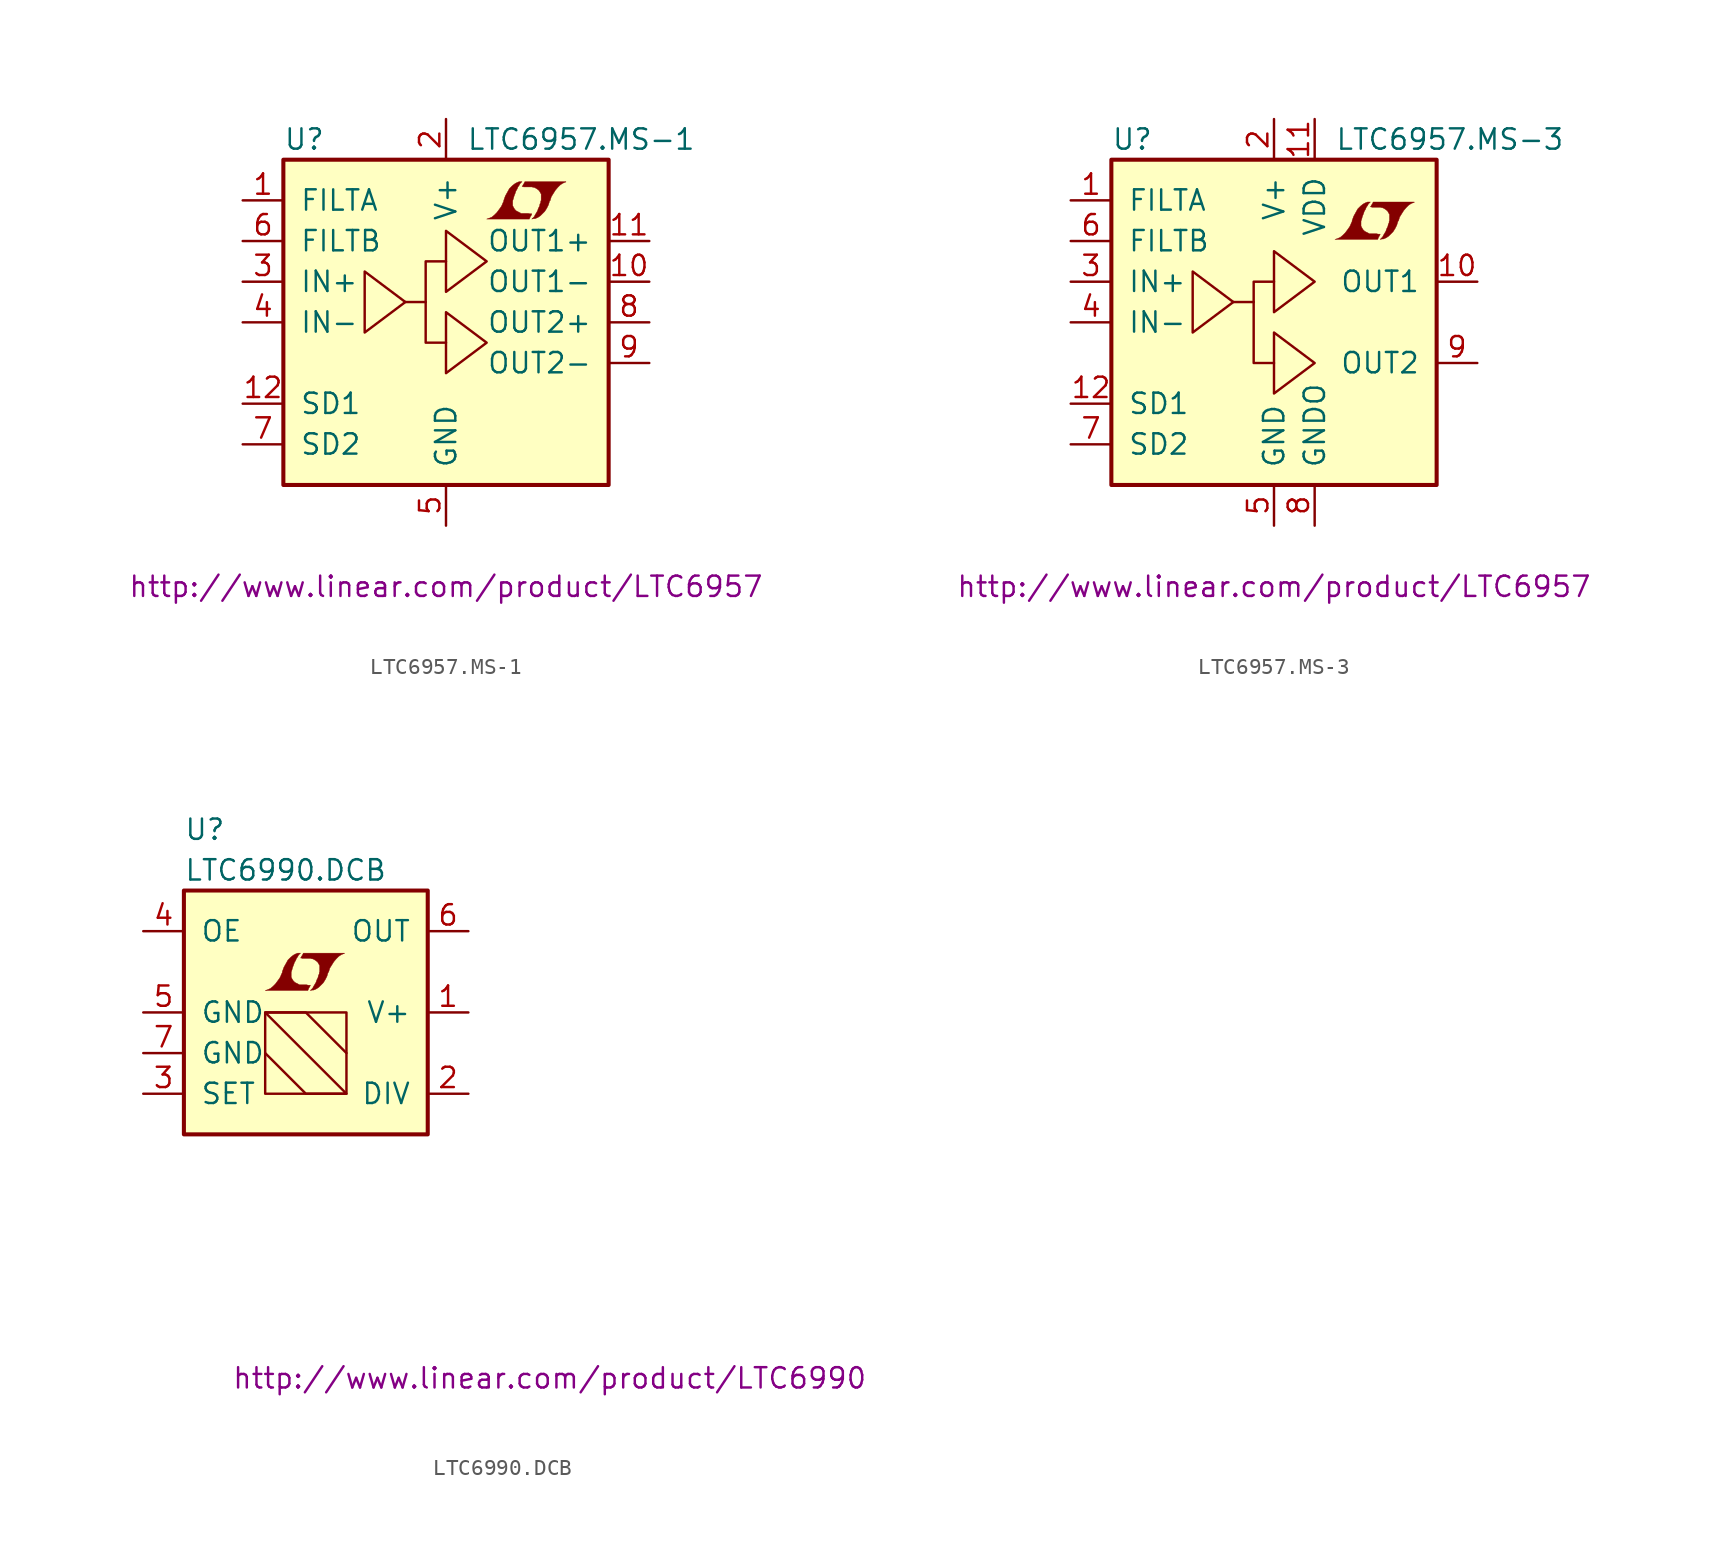
<source format=kicad_sym>
(kicad_symbol_lib
  (version 20201005)
  (generator kicad_symbol_editor)
  (symbol "LTC6957.MS-1"
    (pin_names
      (offset 1.016))
    (property "Reference" "U"
      (at -10.16 11.43 0)
      (effects (font (size 1.27 1.27)) (justify left)))
    (property "Value" "LTC6957.MS-1"
      (at 1.27 11.43 0)
      (effects (font (size 1.27 1.27)) (justify left)))
    (property "Datasheet" "http://www.linear.com/product/LTC6957"
      (at 0 -16.51 0)
      (effects (font (size 1.27 1.27))))
    (symbol "LTC6957.MS-1_0_0"
      (polyline (pts (xy 5.283 6.629) (xy 5.309 6.655) (xy 5.359 6.756) (xy 5.359 6.782) (xy 5.232 6.782) (xy 5.131 6.807) (xy 4.674 6.807) (xy 4.648 6.833) (xy 4.394 6.96) (xy 4.293 7.061) (xy 4.216 7.188) (xy 4.166 7.29) (xy 4.166 7.595) (xy 4.216 7.747) (xy 4.242 7.849) (xy 4.267 7.925) (xy 4.318 8.052) (xy 4.369 8.204) (xy 4.445 8.331) (xy 4.496 8.458) (xy 4.572 8.56) (xy 4.623 8.661) (xy 4.75 8.788) (xy 4.572 8.788) (xy 4.445 8.738) (xy 4.343 8.687) (xy 4.267 8.636) (xy 4.14 8.534) (xy 3.962 8.357) (xy 3.708 7.899) (xy 3.607 7.62) (xy 3.607 7.569) (xy 3.556 7.468) (xy 3.505 7.341) (xy 3.454 7.239) (xy 3.327 7.061) (xy 3.175 6.858) (xy 3.023 6.706) (xy 2.87 6.579) (xy 2.692 6.502) (xy 2.54 6.452) (xy 5.207 6.452) (xy 5.283 6.629)) (stroke (width 0.025)) (fill (type outline)))
      (polyline (pts (xy 5.486 6.477) (xy 5.563 6.477) (xy 5.74 6.553) (xy 5.893 6.655) (xy 6.172 6.934) (xy 6.299 7.137) (xy 6.401 7.341) (xy 6.477 7.595) (xy 6.502 7.595) (xy 6.579 7.849) (xy 6.833 8.255) (xy 6.985 8.433) (xy 7.137 8.585) (xy 7.29 8.687) (xy 7.468 8.763) (xy 7.493 8.763) (xy 7.493 8.788) (xy 4.928 8.788) (xy 4.851 8.636) (xy 4.826 8.611) (xy 4.775 8.509) (xy 4.75 8.484) (xy 4.801 8.484) (xy 4.851 8.458) (xy 5.385 8.458) (xy 5.436 8.433) (xy 5.486 8.433) (xy 5.563 8.407) (xy 5.69 8.331) (xy 5.817 8.23) (xy 5.893 8.103) (xy 5.918 8.052) (xy 5.944 8.026) (xy 5.944 7.62) (xy 5.918 7.569) (xy 5.918 7.493) (xy 5.867 7.391) (xy 5.842 7.264) (xy 5.766 7.112) (xy 5.715 6.96) (xy 5.563 6.706) (xy 5.512 6.604) (xy 5.359 6.452) (xy 5.486 6.477)) (stroke (width 0.025)) (fill (type outline))))
    (symbol "LTC6957.MS-1_0_1"
      (rectangle (start -10.16 10.16) (end 10.16 -10.16) (stroke (width 0.254)) (fill (type background)))
      (polyline (pts (xy -2.54 1.27) (xy -1.27 1.27)) (stroke (width 0)) (fill (type none)))
      (polyline (pts (xy -5.08 3.175) (xy -5.08 -0.635) (xy -2.54 1.27) (xy -5.08 3.175)) (stroke (width 0)) (fill (type none)))
      (polyline (pts (xy 0 0.635) (xy 0 -3.175) (xy 2.54 -1.27) (xy 0 0.635)) (stroke (width 0)) (fill (type none)))
      (polyline (pts (xy 0 3.81) (xy -1.27 3.81) (xy -1.27 -1.27) (xy 0 -1.27)) (stroke (width 0)) (fill (type none)))
      (polyline (pts (xy 0 5.715) (xy 0 1.905) (xy 2.54 3.81) (xy 0 5.715)) (stroke (width 0)) (fill (type none))))
    (symbol "LTC6957.MS-1_1_1"
      (pin input line (at -12.7 7.62 0) (length 2.54) (name "FILTA" (effects (font (size 1.27 1.27)))) (number "1" (effects (font (size 1.27 1.27)))))
      (pin power_in line (at 0 12.7 270) (length 2.54) (name "V+" (effects (font (size 1.27 1.27)))) (number "2" (effects (font (size 1.27 1.27)))))
      (pin input line (at -12.7 2.54 0) (length 2.54) (name "IN+" (effects (font (size 1.27 1.27)))) (number "3" (effects (font (size 1.27 1.27)))))
      (pin input line (at -12.7 0 0) (length 2.54) (name "IN-" (effects (font (size 1.27 1.27)))) (number "4" (effects (font (size 1.27 1.27)))))
      (pin power_in line (at 0 -12.7 90) (length 2.54) (name "GND" (effects (font (size 1.27 1.27)))) (number "5" (effects (font (size 1.27 1.27)))))
      (pin input line (at -12.7 5.08 0) (length 2.54) (name "FILTB" (effects (font (size 1.27 1.27)))) (number "6" (effects (font (size 1.27 1.27)))))
      (pin input line (at -12.7 -7.62 0) (length 2.54) (name "SD2" (effects (font (size 1.27 1.27)))) (number "7" (effects (font (size 1.27 1.27)))))
      (pin output line (at 12.7 0 180) (length 2.54) (name "OUT2+" (effects (font (size 1.27 1.27)))) (number "8" (effects (font (size 1.27 1.27)))))
      (pin output line (at 12.7 -2.54 180) (length 2.54) (name "OUT2-" (effects (font (size 1.27 1.27)))) (number "9" (effects (font (size 1.27 1.27)))))
      (pin output line (at 12.7 2.54 180) (length 2.54) (name "OUT1-" (effects (font (size 1.27 1.27)))) (number "10" (effects (font (size 1.27 1.27)))))
      (pin output line (at 12.7 5.08 180) (length 2.54) (name "OUT1+" (effects (font (size 1.27 1.27)))) (number "11" (effects (font (size 1.27 1.27)))))
      (pin input line (at -12.7 -5.08 0) (length 2.54) (name "SD1" (effects (font (size 1.27 1.27)))) (number "12" (effects (font (size 1.27 1.27)))))))
  (symbol "LTC6957.MS-3"
    (pin_names
      (offset 1.016))
    (property "Reference" "U"
      (at -10.16 11.43 0)
      (effects (font (size 1.27 1.27)) (justify left)))
    (property "Value" "LTC6957.MS-3"
      (at 3.81 11.43 0)
      (effects (font (size 1.27 1.27)) (justify left)))
    (property "Datasheet" "http://www.linear.com/product/LTC6957"
      (at 0 -16.51 0)
      (effects (font (size 1.27 1.27))))
    (symbol "LTC6957.MS-3_0_0"
      (polyline (pts (xy 6.553 5.359) (xy 6.579 5.385) (xy 6.629 5.486) (xy 6.629 5.512) (xy 6.502 5.512) (xy 6.401 5.537) (xy 5.944 5.537) (xy 5.918 5.563) (xy 5.664 5.69) (xy 5.563 5.791) (xy 5.486 5.918) (xy 5.436 6.02) (xy 5.436 6.325) (xy 5.486 6.477) (xy 5.512 6.579) (xy 5.537 6.655) (xy 5.588 6.782) (xy 5.639 6.934) (xy 5.715 7.061) (xy 5.766 7.188) (xy 5.842 7.29) (xy 5.893 7.391) (xy 6.02 7.518) (xy 5.842 7.518) (xy 5.715 7.468) (xy 5.613 7.417) (xy 5.537 7.366) (xy 5.41 7.264) (xy 5.232 7.087) (xy 4.978 6.629) (xy 4.877 6.35) (xy 4.877 6.299) (xy 4.826 6.198) (xy 4.775 6.071) (xy 4.724 5.969) (xy 4.597 5.791) (xy 4.445 5.588) (xy 4.293 5.436) (xy 4.14 5.309) (xy 3.962 5.232) (xy 3.81 5.182) (xy 6.477 5.182) (xy 6.553 5.359)) (stroke (width 0.025)) (fill (type outline)))
      (polyline (pts (xy 6.756 5.207) (xy 6.833 5.207) (xy 7.01 5.283) (xy 7.163 5.385) (xy 7.442 5.664) (xy 7.569 5.867) (xy 7.671 6.071) (xy 7.747 6.325) (xy 7.772 6.325) (xy 7.849 6.579) (xy 8.103 6.985) (xy 8.255 7.163) (xy 8.407 7.315) (xy 8.56 7.417) (xy 8.738 7.493) (xy 8.763 7.493) (xy 8.763 7.518) (xy 6.198 7.518) (xy 6.121 7.366) (xy 6.096 7.341) (xy 6.045 7.239) (xy 6.02 7.214) (xy 6.071 7.214) (xy 6.121 7.188) (xy 6.655 7.188) (xy 6.706 7.163) (xy 6.756 7.163) (xy 6.833 7.137) (xy 6.96 7.061) (xy 7.087 6.96) (xy 7.163 6.833) (xy 7.188 6.782) (xy 7.214 6.756) (xy 7.214 6.35) (xy 7.188 6.299) (xy 7.188 6.223) (xy 7.137 6.121) (xy 7.112 5.994) (xy 7.036 5.842) (xy 6.985 5.69) (xy 6.833 5.436) (xy 6.782 5.334) (xy 6.629 5.182) (xy 6.756 5.207)) (stroke (width 0.025)) (fill (type outline))))
    (symbol "LTC6957.MS-3_0_1"
      (rectangle (start -10.16 10.16) (end 10.16 -10.16) (stroke (width 0.254)) (fill (type background)))
      (polyline (pts (xy -2.54 1.27) (xy -1.27 1.27)) (stroke (width 0)) (fill (type none)))
      (polyline (pts (xy -5.08 3.175) (xy -5.08 -0.635) (xy -2.54 1.27) (xy -5.08 3.175)) (stroke (width 0)) (fill (type none)))
      (polyline (pts (xy 0 -0.635) (xy 0 -4.445) (xy 2.54 -2.54) (xy 0 -0.635)) (stroke (width 0)) (fill (type none)))
      (polyline (pts (xy 0 2.54) (xy -1.27 2.54) (xy -1.27 -2.54) (xy 0 -2.54)) (stroke (width 0)) (fill (type none)))
      (polyline (pts (xy 0 4.445) (xy 0 0.635) (xy 2.54 2.54) (xy 0 4.445)) (stroke (width 0)) (fill (type none))))
    (symbol "LTC6957.MS-3_1_1"
      (pin input line (at -12.7 7.62 0) (length 2.54) (name "FILTA" (effects (font (size 1.27 1.27)))) (number "1" (effects (font (size 1.27 1.27)))))
      (pin power_in line (at 0 12.7 270) (length 2.54) (name "V+" (effects (font (size 1.27 1.27)))) (number "2" (effects (font (size 1.27 1.27)))))
      (pin input line (at -12.7 2.54 0) (length 2.54) (name "IN+" (effects (font (size 1.27 1.27)))) (number "3" (effects (font (size 1.27 1.27)))))
      (pin input line (at -12.7 0 0) (length 2.54) (name "IN-" (effects (font (size 1.27 1.27)))) (number "4" (effects (font (size 1.27 1.27)))))
      (pin power_in line (at 0 -12.7 90) (length 2.54) (name "GND" (effects (font (size 1.27 1.27)))) (number "5" (effects (font (size 1.27 1.27)))))
      (pin input line (at -12.7 5.08 0) (length 2.54) (name "FILTB" (effects (font (size 1.27 1.27)))) (number "6" (effects (font (size 1.27 1.27)))))
      (pin input line (at -12.7 -7.62 0) (length 2.54) (name "SD2" (effects (font (size 1.27 1.27)))) (number "7" (effects (font (size 1.27 1.27)))))
      (pin power_in line (at 2.54 -12.7 90) (length 2.54) (name "GNDO" (effects (font (size 1.27 1.27)))) (number "8" (effects (font (size 1.27 1.27)))))
      (pin output line (at 12.7 -2.54 180) (length 2.54) (name "OUT2" (effects (font (size 1.27 1.27)))) (number "9" (effects (font (size 1.27 1.27)))))
      (pin output line (at 12.7 2.54 180) (length 2.54) (name "OUT1" (effects (font (size 1.27 1.27)))) (number "10" (effects (font (size 1.27 1.27)))))
      (pin power_in line (at 2.54 12.7 270) (length 2.54) (name "VDD" (effects (font (size 1.27 1.27)))) (number "11" (effects (font (size 1.27 1.27)))))
      (pin input line (at -12.7 -5.08 0) (length 2.54) (name "SD1" (effects (font (size 1.27 1.27)))) (number "12" (effects (font (size 1.27 1.27)))))))
  (symbol "LTC6990.DCB"
    (pin_names
      (offset 1.016))
    (property "Reference" "U"
      (at -7.62 11.43 0)
      (effects (font (size 1.27 1.27)) (justify left)))
    (property "Value" "LTC6990.DCB"
      (at -7.62 8.89 0)
      (effects (font (size 1.27 1.27)) (justify left)))
    (property "Datasheet" "http://www.linear.com/product/LTC6990"
      (at 15.24 -22.86 0)
      (effects (font (size 1.27 1.27))))
    (symbol "LTC6990.DCB_0_0"
      (polyline (pts (xy 0.203 1.549) (xy 0.229 1.575) (xy 0.279 1.676) (xy 0.279 1.702) (xy 0.152 1.702) (xy 0.051 1.727) (xy -0.406 1.727) (xy -0.432 1.753) (xy -0.686 1.88) (xy -0.787 1.981) (xy -0.864 2.108) (xy -0.914 2.21) (xy -0.914 2.515) (xy -0.864 2.667) (xy -0.838 2.769) (xy -0.813 2.845) (xy -0.762 2.972) (xy -0.711 3.124) (xy -0.635 3.251) (xy -0.584 3.378) (xy -0.508 3.48) (xy -0.457 3.581) (xy -0.33 3.708) (xy -0.508 3.708) (xy -0.635 3.658) (xy -0.737 3.607) (xy -0.813 3.556) (xy -0.94 3.454) (xy -1.118 3.277) (xy -1.372 2.819) (xy -1.473 2.54) (xy -1.473 2.489) (xy -1.524 2.388) (xy -1.575 2.261) (xy -1.626 2.159) (xy -1.753 1.981) (xy -1.905 1.778) (xy -2.057 1.626) (xy -2.21 1.499) (xy -2.388 1.422) (xy -2.54 1.372) (xy 0.127 1.372) (xy 0.203 1.549)) (stroke (width 0.025)) (fill (type outline)))
      (polyline (pts (xy 0.406 1.397) (xy 0.483 1.397) (xy 0.66 1.473) (xy 0.813 1.575) (xy 1.092 1.854) (xy 1.219 2.057) (xy 1.321 2.261) (xy 1.397 2.515) (xy 1.422 2.515) (xy 1.499 2.769) (xy 1.753 3.175) (xy 1.905 3.353) (xy 2.057 3.505) (xy 2.21 3.607) (xy 2.388 3.683) (xy 2.413 3.683) (xy 2.413 3.708) (xy -0.152 3.708) (xy -0.229 3.556) (xy -0.254 3.531) (xy -0.305 3.429) (xy -0.33 3.404) (xy -0.279 3.404) (xy -0.229 3.378) (xy 0.305 3.378) (xy 0.356 3.353) (xy 0.406 3.353) (xy 0.483 3.327) (xy 0.61 3.251) (xy 0.737 3.15) (xy 0.813 3.023) (xy 0.838 2.972) (xy 0.864 2.946) (xy 0.864 2.54) (xy 0.838 2.489) (xy 0.838 2.413) (xy 0.787 2.311) (xy 0.762 2.184) (xy 0.686 2.032) (xy 0.635 1.88) (xy 0.483 1.626) (xy 0.432 1.524) (xy 0.279 1.372) (xy 0.406 1.397)) (stroke (width 0.025)) (fill (type outline))))
    (symbol "LTC6990.DCB_0_1"
      (rectangle (start -7.62 7.62) (end 7.62 -7.62) (stroke (width 0.254)) (fill (type background)))
      (rectangle (start -2.54 -5.08) (end 2.54 0) (stroke (width 0)) (fill (type none)))
      (polyline (pts (xy -2.54 -2.54) (xy 0 -5.08) (xy 2.54 -5.08) (xy -2.54 0) (xy 0 0) (xy 2.54 -2.54)) (stroke (width 0)) (fill (type none))))
    (symbol "LTC6990.DCB_1_1"
      (pin power_in line (at 10.16 0 180) (length 2.54) (name "V+" (effects (font (size 1.27 1.27)))) (number "1" (effects (font (size 1.27 1.27)))))
      (pin passive line (at 10.16 -5.08 180) (length 2.54) (name "DIV" (effects (font (size 1.27 1.27)))) (number "2" (effects (font (size 1.27 1.27)))))
      (pin passive line (at -10.16 -5.08 0) (length 2.54) (name "SET" (effects (font (size 1.27 1.27)))) (number "3" (effects (font (size 1.27 1.27)))))
      (pin passive line (at -10.16 5.08 0) (length 2.54) (name "OE" (effects (font (size 1.27 1.27)))) (number "4" (effects (font (size 1.27 1.27)))))
      (pin power_in line (at -10.16 0 0) (length 2.54) (name "GND" (effects (font (size 1.27 1.27)))) (number "5" (effects (font (size 1.27 1.27)))))
      (pin output line (at 10.16 5.08 180) (length 2.54) (name "OUT" (effects (font (size 1.27 1.27)))) (number "6" (effects (font (size 1.27 1.27)))))
      (pin power_in line (at -10.16 -2.54 0) (length 2.54) (name "GND" (effects (font (size 1.27 1.27)))) (number "7" (effects (font (size 1.27 1.27))))))))
</source>
